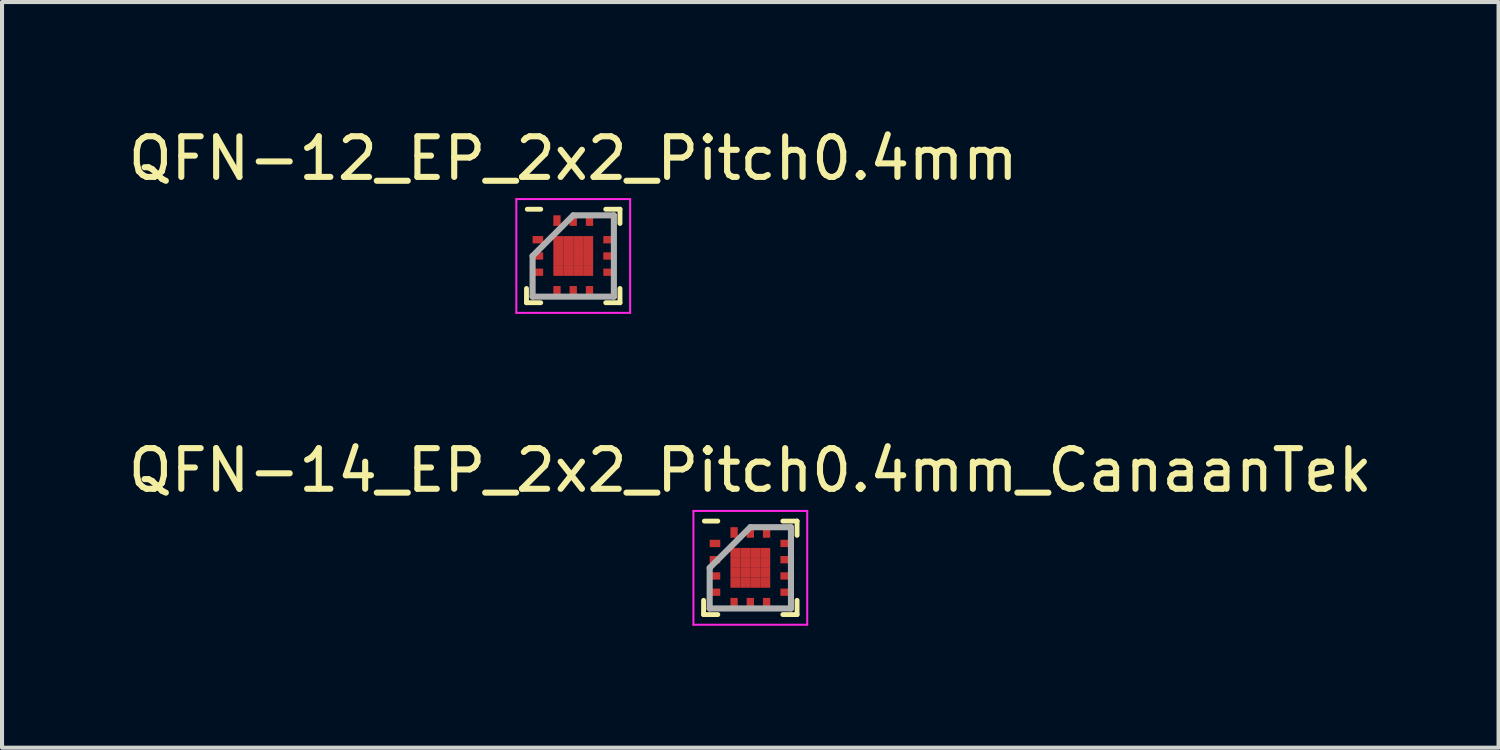
<source format=kicad_pcb>
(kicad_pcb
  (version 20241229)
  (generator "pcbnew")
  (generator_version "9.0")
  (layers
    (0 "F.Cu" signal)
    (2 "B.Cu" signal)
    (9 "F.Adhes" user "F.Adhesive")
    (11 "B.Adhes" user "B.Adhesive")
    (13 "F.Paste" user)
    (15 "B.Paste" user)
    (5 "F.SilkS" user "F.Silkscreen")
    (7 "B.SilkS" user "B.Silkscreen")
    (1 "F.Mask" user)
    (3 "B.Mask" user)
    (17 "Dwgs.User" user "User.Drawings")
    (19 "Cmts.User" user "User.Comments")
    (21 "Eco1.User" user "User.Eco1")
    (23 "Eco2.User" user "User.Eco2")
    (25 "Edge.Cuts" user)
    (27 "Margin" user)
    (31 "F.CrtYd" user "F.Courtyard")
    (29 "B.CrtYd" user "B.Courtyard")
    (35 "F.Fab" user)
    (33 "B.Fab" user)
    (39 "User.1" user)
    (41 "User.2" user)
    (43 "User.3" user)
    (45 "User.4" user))
  (footprint "QFN-14_EP_2x2_Pitch0.4mm_CanaanTek"
    (layer "F.Cu")
    (at 15.411 10.921)
    (property "Reference" "QFN-14_EP_2x2_Pitch0.4mm_CanaanTek" (at 0 -2.4 0) (layer "F.SilkS") (effects (font (size 1 1) (thickness 0.15))))
    (attr through_hole)
    (fp_line (start -1.15 1.15) (end -1.15 0.8) (stroke (width 0.12) (type solid)) (layer "F.SilkS"))
    (fp_line (start -0.8 -1.15) (end -1.13 -1.15) (stroke (width 0.12) (type solid)) (layer "F.SilkS"))
    (fp_line (start -0.8 1.15) (end -1.15 1.15) (stroke (width 0.12) (type solid)) (layer "F.SilkS"))
    (fp_line (start 0.8 -1.15) (end 1.15 -1.15) (stroke (width 0.12) (type solid)) (layer "F.SilkS"))
    (fp_line (start 0.8 1.15) (end 1.15 1.15) (stroke (width 0.12) (type solid)) (layer "F.SilkS"))
    (fp_line (start 1.15 -1.15) (end 1.15 -0.8) (stroke (width 0.12) (type solid)) (layer "F.SilkS"))
    (fp_line (start 1.15 1.15) (end 1.15 0.8) (stroke (width 0.12) (type solid)) (layer "F.SilkS"))
    (fp_line (start -1.4 -1.4) (end 1.4 -1.4) (stroke (width 0.05) (type solid)) (layer "F.CrtYd"))
    (fp_line (start -1.4 1.4) (end -1.4 -1.4) (stroke (width 0.05) (type solid)) (layer "F.CrtYd"))
    (fp_line (start 1.4 -1.4) (end 1.4 1.4) (stroke (width 0.05) (type solid)) (layer "F.CrtYd"))
    (fp_line (start 1.4 1.4) (end -1.4 1.4) (stroke (width 0.05) (type solid)) (layer "F.CrtYd"))
    (fp_line (start -1 0) (end -1 1) (stroke (width 0.15) (type solid)) (layer "F.Fab"))
    (fp_line (start -1 1) (end 1 1) (stroke (width 0.15) (type solid)) (layer "F.Fab"))
    (fp_line (start 0 -1) (end -1 0) (stroke (width 0.15) (type solid)) (layer "F.Fab"))
    (fp_line (start 1 -1) (end 0 -1) (stroke (width 0.15) (type solid)) (layer "F.Fab"))
    (fp_line (start 1 1) (end 1 -1) (stroke (width 0.15) (type solid)) (layer "F.Fab"))
    (pad "1" smd rect (at -0.87 -0.6 90) (size 0.18 0.26) (layers "F.Cu" "F.Mask" "F.Paste"))
    (pad "2" smd rect (at -0.87 -0.2 90) (size 0.18 0.26) (layers "F.Cu" "F.Mask" "F.Paste"))
    (pad "3" smd rect (at -0.87 0.2 90) (size 0.18 0.26) (layers "F.Cu" "F.Mask" "F.Paste"))
    (pad "3" smd rect (at 0.87 0.2 90) (size 0.18 0.26) (layers "F.Cu" "F.Mask" "F.Paste"))
    (pad "4" smd rect (at -0.87 0.6 90) (size 0.18 0.26) (layers "F.Cu" "F.Mask" "F.Paste"))
    (pad "4" smd rect (at -0.4 0.87) (size 0.18 0.26) (layers "F.Cu" "F.Mask" "F.Paste"))
    (pad "5" smd rect (at 0 0.87) (size 0.18 0.26) (layers "F.Cu" "F.Mask" "F.Paste"))
    (pad "6" smd rect (at 0.4 0.87) (size 0.18 0.26) (layers "F.Cu" "F.Mask" "F.Paste"))
    (pad "7" smd rect (at 0.87 0.6 90) (size 0.18 0.26) (layers "F.Cu" "F.Mask" "F.Paste"))
    (pad "8" smd rect (at 0.87 -0.2 90) (size 0.18 0.26) (layers "F.Cu" "F.Mask" "F.Paste"))
    (pad "9" smd rect (at 0.87 -0.6 90) (size 0.18 0.26) (layers "F.Cu" "F.Mask" "F.Paste"))
    (pad "10" smd rect (at 0.4 -0.87) (size 0.18 0.26) (layers "F.Cu" "F.Mask" "F.Paste"))
    (pad "11" smd rect (at 0 -0.87) (size 0.18 0.26) (layers "F.Cu" "F.Mask" "F.Paste"))
    (pad "12" smd rect (at -0.4 -0.87) (size 0.18 0.26) (layers "F.Cu" "F.Mask" "F.Paste"))
    (pad "15" smd rect (at -0.367 -0.367) (size 0.245 0.245) (layers "F.Cu" "F.Mask" "F.Paste"))
    (pad "15" smd rect (at -0.367 -0.122) (size 0.245 0.245) (layers "F.Cu" "F.Mask" "F.Paste"))
    (pad "15" smd rect (at -0.367 0.122) (size 0.245 0.245) (layers "F.Cu" "F.Mask" "F.Paste"))
    (pad "15" smd rect (at -0.367 0.367) (size 0.245 0.245) (layers "F.Cu" "F.Mask" "F.Paste"))
    (pad "15" smd rect (at -0.122 -0.367) (size 0.245 0.245) (layers "F.Cu" "F.Mask" "F.Paste"))
    (pad "15" smd rect (at -0.122 -0.122) (size 0.245 0.245) (layers "F.Cu" "F.Mask" "F.Paste"))
    (pad "15" smd rect (at -0.122 0.122) (size 0.245 0.245) (layers "F.Cu" "F.Mask" "F.Paste"))
    (pad "15" smd rect (at -0.122 0.367) (size 0.245 0.245) (layers "F.Cu" "F.Mask" "F.Paste"))
    (pad "15" smd rect (at 0.122 -0.367) (size 0.245 0.245) (layers "F.Cu" "F.Mask" "F.Paste"))
    (pad "15" smd rect (at 0.122 -0.122) (size 0.245 0.245) (layers "F.Cu" "F.Mask" "F.Paste"))
    (pad "15" smd rect (at 0.122 0.122) (size 0.245 0.245) (layers "F.Cu" "F.Mask" "F.Paste"))
    (pad "15" smd rect (at 0.122 0.367) (size 0.245 0.245) (layers "F.Cu" "F.Mask" "F.Paste"))
    (pad "15" smd rect (at 0.367 -0.367) (size 0.245 0.245) (layers "F.Cu" "F.Mask" "F.Paste"))
    (pad "15" smd rect (at 0.367 -0.122) (size 0.245 0.245) (layers "F.Cu" "F.Mask" "F.Paste"))
    (pad "15" smd rect (at 0.367 0.122) (size 0.245 0.245) (layers "F.Cu" "F.Mask" "F.Paste"))
    (pad "15" smd rect (at 0.367 0.367) (size 0.245 0.245) (layers "F.Cu" "F.Mask" "F.Paste")))
  (footprint "QFN-12_EP_2x2_Pitch0.4mm"
    (layer "F.Cu")
    (at 11.054 3.248)
    (property "Reference" "QFN-12_EP_2x2_Pitch0.4mm" (at 0 -2.4 0) (layer "F.SilkS") (effects (font (size 1 1) (thickness 0.15))))
    (attr through_hole)
    (fp_line (start -1.15 1.15) (end -1.15 0.8) (stroke (width 0.12) (type solid)) (layer "F.SilkS"))
    (fp_line (start -0.8 -1.15) (end -1.13 -1.15) (stroke (width 0.12) (type solid)) (layer "F.SilkS"))
    (fp_line (start -0.8 1.15) (end -1.15 1.15) (stroke (width 0.12) (type solid)) (layer "F.SilkS"))
    (fp_line (start 0.8 -1.15) (end 1.15 -1.15) (stroke (width 0.12) (type solid)) (layer "F.SilkS"))
    (fp_line (start 0.8 1.15) (end 1.15 1.15) (stroke (width 0.12) (type solid)) (layer "F.SilkS"))
    (fp_line (start 1.15 -1.15) (end 1.15 -0.8) (stroke (width 0.12) (type solid)) (layer "F.SilkS"))
    (fp_line (start 1.15 1.15) (end 1.15 0.8) (stroke (width 0.12) (type solid)) (layer "F.SilkS"))
    (fp_line (start -1.4 -1.4) (end 1.4 -1.4) (stroke (width 0.05) (type solid)) (layer "F.CrtYd"))
    (fp_line (start -1.4 1.4) (end -1.4 -1.4) (stroke (width 0.05) (type solid)) (layer "F.CrtYd"))
    (fp_line (start 1.4 -1.4) (end 1.4 1.4) (stroke (width 0.05) (type solid)) (layer "F.CrtYd"))
    (fp_line (start 1.4 1.4) (end -1.4 1.4) (stroke (width 0.05) (type solid)) (layer "F.CrtYd"))
    (fp_line (start -1 0) (end -1 1) (stroke (width 0.15) (type solid)) (layer "F.Fab"))
    (fp_line (start -1 1) (end 1 1) (stroke (width 0.15) (type solid)) (layer "F.Fab"))
    (fp_line (start 0 -1) (end -1 0) (stroke (width 0.15) (type solid)) (layer "F.Fab"))
    (fp_line (start 1 -1) (end 0 -1) (stroke (width 0.15) (type solid)) (layer "F.Fab"))
    (fp_line (start 1 1) (end 1 -1) (stroke (width 0.15) (type solid)) (layer "F.Fab"))
    (pad "1" smd rect (at -0.87 -0.4 90) (size 0.18 0.26) (layers "F.Cu" "F.Mask" "F.Paste"))
    (pad "2" smd rect (at -0.87 0 90) (size 0.18 0.26) (layers "F.Cu" "F.Mask" "F.Paste"))
    (pad "3" smd rect (at -0.87 0.4 90) (size 0.18 0.26) (layers "F.Cu" "F.Mask" "F.Paste"))
    (pad "4" smd rect (at -0.4 0.87) (size 0.18 0.26) (layers "F.Cu" "F.Mask" "F.Paste"))
    (pad "5" smd rect (at 0 0.87) (size 0.18 0.26) (layers "F.Cu" "F.Mask" "F.Paste"))
    (pad "6" smd rect (at 0.4 0.87) (size 0.18 0.26) (layers "F.Cu" "F.Mask" "F.Paste"))
    (pad "7" smd rect (at 0.87 0.4 90) (size 0.18 0.26) (layers "F.Cu" "F.Mask" "F.Paste"))
    (pad "8" smd rect (at 0.87 0 90) (size 0.18 0.26) (layers "F.Cu" "F.Mask" "F.Paste"))
    (pad "9" smd rect (at 0.87 -0.4 90) (size 0.18 0.26) (layers "F.Cu" "F.Mask" "F.Paste"))
    (pad "10" smd rect (at 0.4 -0.87) (size 0.18 0.26) (layers "F.Cu" "F.Mask" "F.Paste"))
    (pad "11" smd rect (at 0 -0.87) (size 0.18 0.26) (layers "F.Cu" "F.Mask" "F.Paste"))
    (pad "12" smd rect (at -0.4 -0.87) (size 0.18 0.26) (layers "F.Cu" "F.Mask" "F.Paste"))
    (pad "13" smd rect (at -0.367 -0.367) (size 0.245 0.245) (layers "F.Cu" "F.Mask" "F.Paste"))
    (pad "13" smd rect (at -0.367 -0.122) (size 0.245 0.245) (layers "F.Cu" "F.Mask" "F.Paste"))
    (pad "13" smd rect (at -0.367 0.122) (size 0.245 0.245) (layers "F.Cu" "F.Mask" "F.Paste"))
    (pad "13" smd rect (at -0.367 0.367) (size 0.245 0.245) (layers "F.Cu" "F.Mask" "F.Paste"))
    (pad "13" smd rect (at -0.122 -0.367) (size 0.245 0.245) (layers "F.Cu" "F.Mask" "F.Paste"))
    (pad "13" smd rect (at -0.122 -0.122) (size 0.245 0.245) (layers "F.Cu" "F.Mask" "F.Paste"))
    (pad "13" smd rect (at -0.122 0.122) (size 0.245 0.245) (layers "F.Cu" "F.Mask" "F.Paste"))
    (pad "13" smd rect (at -0.122 0.367) (size 0.245 0.245) (layers "F.Cu" "F.Mask" "F.Paste"))
    (pad "13" smd rect (at 0.122 -0.367) (size 0.245 0.245) (layers "F.Cu" "F.Mask" "F.Paste"))
    (pad "13" smd rect (at 0.122 -0.122) (size 0.245 0.245) (layers "F.Cu" "F.Mask" "F.Paste"))
    (pad "13" smd rect (at 0.122 0.122) (size 0.245 0.245) (layers "F.Cu" "F.Mask" "F.Paste"))
    (pad "13" smd rect (at 0.122 0.367) (size 0.245 0.245) (layers "F.Cu" "F.Mask" "F.Paste"))
    (pad "13" smd rect (at 0.367 -0.367) (size 0.245 0.245) (layers "F.Cu" "F.Mask" "F.Paste"))
    (pad "13" smd rect (at 0.367 -0.122) (size 0.245 0.245) (layers "F.Cu" "F.Mask" "F.Paste"))
    (pad "13" smd rect (at 0.367 0.122) (size 0.245 0.245) (layers "F.Cu" "F.Mask" "F.Paste"))
    (pad "13" smd rect (at 0.367 0.367) (size 0.245 0.245) (layers "F.Cu" "F.Mask" "F.Paste")))
  (gr_rect
    (start -3 -3)
    (end 33.821 15.347)
    (stroke (width 0.1) (type default))
    (fill no)
    (layer "Edge.Cuts")))
</source>
